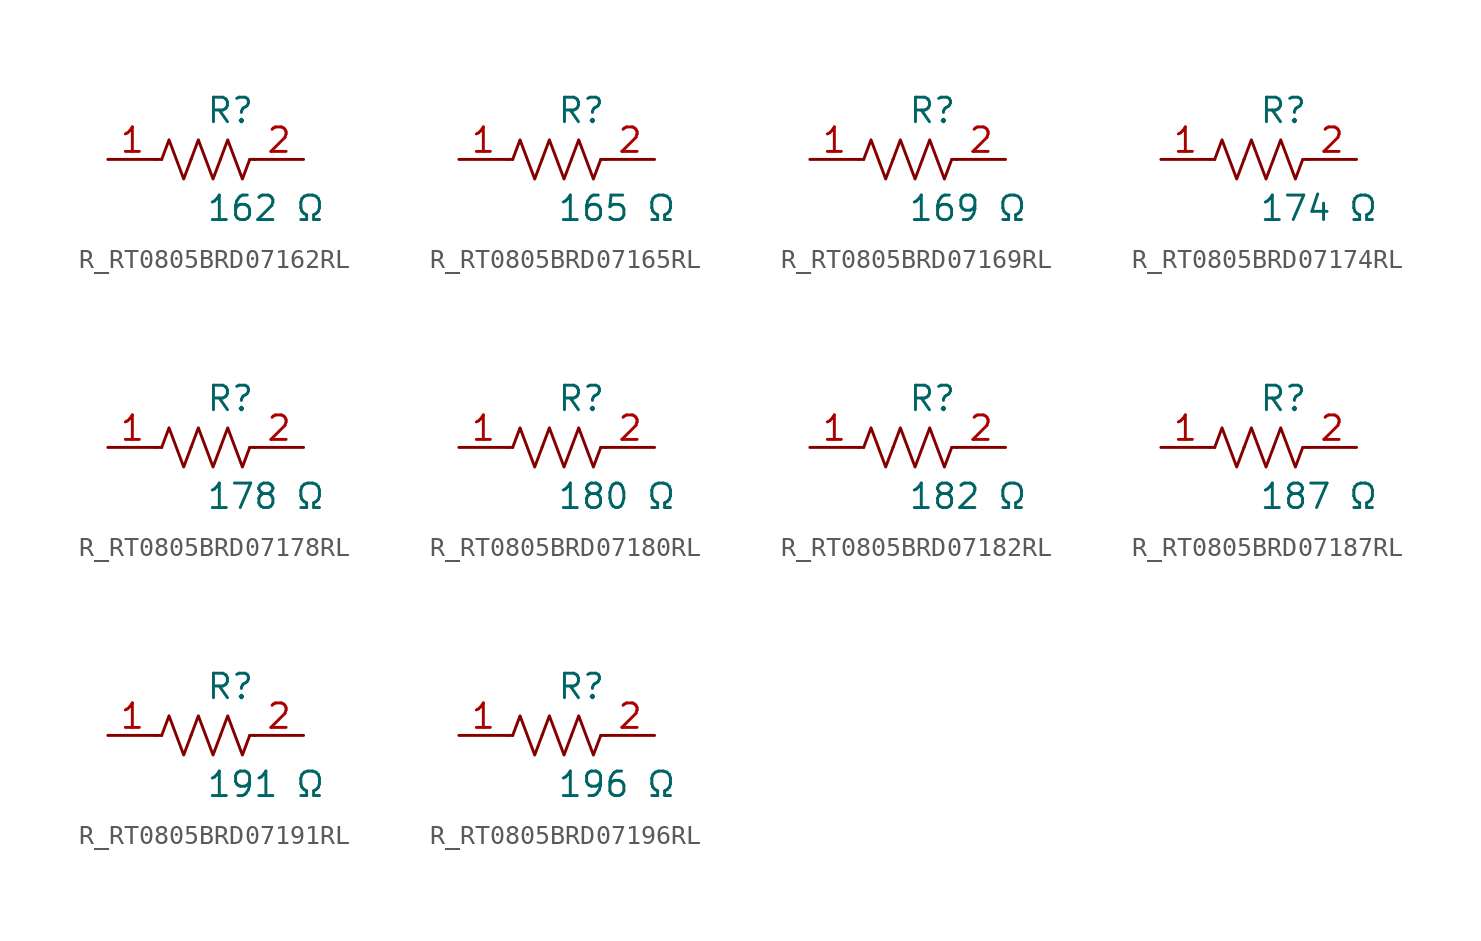
<source format=kicad_sym>
(kicad_symbol_lib
  (version 20231120)
  (generator kicad_symbol_editor)
  (generator_version 8.0)
  (symbol "R_RT0805BRD07162RL"
    (pin_names
      (offset 0.254))
    (property "Reference" "R"
      (at 0.0 2.54 0)
      (effects (font (size 1.27 1.27)) (justify left)))
    (property "Value" "162 Ω"
      (at 0.0 -2.54 0)
      (effects (font (size 1.27 1.27)) (justify left)))
    (symbol "R_RT0805BRD07162RL_0_1"
      (polyline (pts (xy 2.286 0) (xy 2.54 0)) (stroke (width 0) (type default)) (fill (type none)))
      (polyline (pts (xy -2.286 0) (xy -2.54 0)) (stroke (width 0) (type default)) (fill (type none)))
      (polyline (pts (xy 0.762 0) (xy 1.143 1.016) (xy 1.524 0) (xy 1.905 -1.016) (xy 2.286 0)) (stroke (width 0) (type default)) (fill (type none)))
      (polyline (pts (xy -0.762 0) (xy -0.381 1.016) (xy 0 0) (xy 0.381 -1.016) (xy 0.762 0)) (stroke (width 0) (type default)) (fill (type none)))
      (polyline (pts (xy -2.286 0) (xy -1.905 1.016) (xy -1.524 0) (xy -1.143 -1.016) (xy -0.762 0)) (stroke (width 0) (type default)) (fill (type none))))
    (pin unspecified line
      (at -5.08 0 0)
      (length 2.54)
      (name "" (effects (font (size 1.27 1.27))))
      (number "1" (effects (font (size 1.27 1.27)))))
    (pin unspecified line
      (at 5.08 0 180)
      (length 2.54)
      (name "" (effects (font (size 1.27 1.27))))
      (number "2" (effects (font (size 1.27 1.27))))))
  (symbol "R_RT0805BRD07165RL"
    (pin_names
      (offset 0.254))
    (property "Reference" "R"
      (at 0.0 2.54 0)
      (effects (font (size 1.27 1.27)) (justify left)))
    (property "Value" "165 Ω"
      (at 0.0 -2.54 0)
      (effects (font (size 1.27 1.27)) (justify left)))
    (symbol "R_RT0805BRD07165RL_0_1"
      (polyline (pts (xy 2.286 0) (xy 2.54 0)) (stroke (width 0) (type default)) (fill (type none)))
      (polyline (pts (xy -2.286 0) (xy -2.54 0)) (stroke (width 0) (type default)) (fill (type none)))
      (polyline (pts (xy 0.762 0) (xy 1.143 1.016) (xy 1.524 0) (xy 1.905 -1.016) (xy 2.286 0)) (stroke (width 0) (type default)) (fill (type none)))
      (polyline (pts (xy -0.762 0) (xy -0.381 1.016) (xy 0 0) (xy 0.381 -1.016) (xy 0.762 0)) (stroke (width 0) (type default)) (fill (type none)))
      (polyline (pts (xy -2.286 0) (xy -1.905 1.016) (xy -1.524 0) (xy -1.143 -1.016) (xy -0.762 0)) (stroke (width 0) (type default)) (fill (type none))))
    (pin unspecified line
      (at -5.08 0 0)
      (length 2.54)
      (name "" (effects (font (size 1.27 1.27))))
      (number "1" (effects (font (size 1.27 1.27)))))
    (pin unspecified line
      (at 5.08 0 180)
      (length 2.54)
      (name "" (effects (font (size 1.27 1.27))))
      (number "2" (effects (font (size 1.27 1.27))))))
  (symbol "R_RT0805BRD07169RL"
    (pin_names
      (offset 0.254))
    (property "Reference" "R"
      (at 0.0 2.54 0)
      (effects (font (size 1.27 1.27)) (justify left)))
    (property "Value" "169 Ω"
      (at 0.0 -2.54 0)
      (effects (font (size 1.27 1.27)) (justify left)))
    (symbol "R_RT0805BRD07169RL_0_1"
      (polyline (pts (xy 2.286 0) (xy 2.54 0)) (stroke (width 0) (type default)) (fill (type none)))
      (polyline (pts (xy -2.286 0) (xy -2.54 0)) (stroke (width 0) (type default)) (fill (type none)))
      (polyline (pts (xy 0.762 0) (xy 1.143 1.016) (xy 1.524 0) (xy 1.905 -1.016) (xy 2.286 0)) (stroke (width 0) (type default)) (fill (type none)))
      (polyline (pts (xy -0.762 0) (xy -0.381 1.016) (xy 0 0) (xy 0.381 -1.016) (xy 0.762 0)) (stroke (width 0) (type default)) (fill (type none)))
      (polyline (pts (xy -2.286 0) (xy -1.905 1.016) (xy -1.524 0) (xy -1.143 -1.016) (xy -0.762 0)) (stroke (width 0) (type default)) (fill (type none))))
    (pin unspecified line
      (at -5.08 0 0)
      (length 2.54)
      (name "" (effects (font (size 1.27 1.27))))
      (number "1" (effects (font (size 1.27 1.27)))))
    (pin unspecified line
      (at 5.08 0 180)
      (length 2.54)
      (name "" (effects (font (size 1.27 1.27))))
      (number "2" (effects (font (size 1.27 1.27))))))
  (symbol "R_RT0805BRD07174RL"
    (pin_names
      (offset 0.254))
    (property "Reference" "R"
      (at 0.0 2.54 0)
      (effects (font (size 1.27 1.27)) (justify left)))
    (property "Value" "174 Ω"
      (at 0.0 -2.54 0)
      (effects (font (size 1.27 1.27)) (justify left)))
    (symbol "R_RT0805BRD07174RL_0_1"
      (polyline (pts (xy 2.286 0) (xy 2.54 0)) (stroke (width 0) (type default)) (fill (type none)))
      (polyline (pts (xy -2.286 0) (xy -2.54 0)) (stroke (width 0) (type default)) (fill (type none)))
      (polyline (pts (xy 0.762 0) (xy 1.143 1.016) (xy 1.524 0) (xy 1.905 -1.016) (xy 2.286 0)) (stroke (width 0) (type default)) (fill (type none)))
      (polyline (pts (xy -0.762 0) (xy -0.381 1.016) (xy 0 0) (xy 0.381 -1.016) (xy 0.762 0)) (stroke (width 0) (type default)) (fill (type none)))
      (polyline (pts (xy -2.286 0) (xy -1.905 1.016) (xy -1.524 0) (xy -1.143 -1.016) (xy -0.762 0)) (stroke (width 0) (type default)) (fill (type none))))
    (pin unspecified line
      (at -5.08 0 0)
      (length 2.54)
      (name "" (effects (font (size 1.27 1.27))))
      (number "1" (effects (font (size 1.27 1.27)))))
    (pin unspecified line
      (at 5.08 0 180)
      (length 2.54)
      (name "" (effects (font (size 1.27 1.27))))
      (number "2" (effects (font (size 1.27 1.27))))))
  (symbol "R_RT0805BRD07178RL"
    (pin_names
      (offset 0.254))
    (property "Reference" "R"
      (at 0.0 2.54 0)
      (effects (font (size 1.27 1.27)) (justify left)))
    (property "Value" "178 Ω"
      (at 0.0 -2.54 0)
      (effects (font (size 1.27 1.27)) (justify left)))
    (symbol "R_RT0805BRD07178RL_0_1"
      (polyline (pts (xy 2.286 0) (xy 2.54 0)) (stroke (width 0) (type default)) (fill (type none)))
      (polyline (pts (xy -2.286 0) (xy -2.54 0)) (stroke (width 0) (type default)) (fill (type none)))
      (polyline (pts (xy 0.762 0) (xy 1.143 1.016) (xy 1.524 0) (xy 1.905 -1.016) (xy 2.286 0)) (stroke (width 0) (type default)) (fill (type none)))
      (polyline (pts (xy -0.762 0) (xy -0.381 1.016) (xy 0 0) (xy 0.381 -1.016) (xy 0.762 0)) (stroke (width 0) (type default)) (fill (type none)))
      (polyline (pts (xy -2.286 0) (xy -1.905 1.016) (xy -1.524 0) (xy -1.143 -1.016) (xy -0.762 0)) (stroke (width 0) (type default)) (fill (type none))))
    (pin unspecified line
      (at -5.08 0 0)
      (length 2.54)
      (name "" (effects (font (size 1.27 1.27))))
      (number "1" (effects (font (size 1.27 1.27)))))
    (pin unspecified line
      (at 5.08 0 180)
      (length 2.54)
      (name "" (effects (font (size 1.27 1.27))))
      (number "2" (effects (font (size 1.27 1.27))))))
  (symbol "R_RT0805BRD07180RL"
    (pin_names
      (offset 0.254))
    (property "Reference" "R"
      (at 0.0 2.54 0)
      (effects (font (size 1.27 1.27)) (justify left)))
    (property "Value" "180 Ω"
      (at 0.0 -2.54 0)
      (effects (font (size 1.27 1.27)) (justify left)))
    (symbol "R_RT0805BRD07180RL_0_1"
      (polyline (pts (xy 2.286 0) (xy 2.54 0)) (stroke (width 0) (type default)) (fill (type none)))
      (polyline (pts (xy -2.286 0) (xy -2.54 0)) (stroke (width 0) (type default)) (fill (type none)))
      (polyline (pts (xy 0.762 0) (xy 1.143 1.016) (xy 1.524 0) (xy 1.905 -1.016) (xy 2.286 0)) (stroke (width 0) (type default)) (fill (type none)))
      (polyline (pts (xy -0.762 0) (xy -0.381 1.016) (xy 0 0) (xy 0.381 -1.016) (xy 0.762 0)) (stroke (width 0) (type default)) (fill (type none)))
      (polyline (pts (xy -2.286 0) (xy -1.905 1.016) (xy -1.524 0) (xy -1.143 -1.016) (xy -0.762 0)) (stroke (width 0) (type default)) (fill (type none))))
    (pin unspecified line
      (at -5.08 0 0)
      (length 2.54)
      (name "" (effects (font (size 1.27 1.27))))
      (number "1" (effects (font (size 1.27 1.27)))))
    (pin unspecified line
      (at 5.08 0 180)
      (length 2.54)
      (name "" (effects (font (size 1.27 1.27))))
      (number "2" (effects (font (size 1.27 1.27))))))
  (symbol "R_RT0805BRD07182RL"
    (pin_names
      (offset 0.254))
    (property "Reference" "R"
      (at 0.0 2.54 0)
      (effects (font (size 1.27 1.27)) (justify left)))
    (property "Value" "182 Ω"
      (at 0.0 -2.54 0)
      (effects (font (size 1.27 1.27)) (justify left)))
    (symbol "R_RT0805BRD07182RL_0_1"
      (polyline (pts (xy 2.286 0) (xy 2.54 0)) (stroke (width 0) (type default)) (fill (type none)))
      (polyline (pts (xy -2.286 0) (xy -2.54 0)) (stroke (width 0) (type default)) (fill (type none)))
      (polyline (pts (xy 0.762 0) (xy 1.143 1.016) (xy 1.524 0) (xy 1.905 -1.016) (xy 2.286 0)) (stroke (width 0) (type default)) (fill (type none)))
      (polyline (pts (xy -0.762 0) (xy -0.381 1.016) (xy 0 0) (xy 0.381 -1.016) (xy 0.762 0)) (stroke (width 0) (type default)) (fill (type none)))
      (polyline (pts (xy -2.286 0) (xy -1.905 1.016) (xy -1.524 0) (xy -1.143 -1.016) (xy -0.762 0)) (stroke (width 0) (type default)) (fill (type none))))
    (pin unspecified line
      (at -5.08 0 0)
      (length 2.54)
      (name "" (effects (font (size 1.27 1.27))))
      (number "1" (effects (font (size 1.27 1.27)))))
    (pin unspecified line
      (at 5.08 0 180)
      (length 2.54)
      (name "" (effects (font (size 1.27 1.27))))
      (number "2" (effects (font (size 1.27 1.27))))))
  (symbol "R_RT0805BRD07187RL"
    (pin_names
      (offset 0.254))
    (property "Reference" "R"
      (at 0.0 2.54 0)
      (effects (font (size 1.27 1.27)) (justify left)))
    (property "Value" "187 Ω"
      (at 0.0 -2.54 0)
      (effects (font (size 1.27 1.27)) (justify left)))
    (symbol "R_RT0805BRD07187RL_0_1"
      (polyline (pts (xy 2.286 0) (xy 2.54 0)) (stroke (width 0) (type default)) (fill (type none)))
      (polyline (pts (xy -2.286 0) (xy -2.54 0)) (stroke (width 0) (type default)) (fill (type none)))
      (polyline (pts (xy 0.762 0) (xy 1.143 1.016) (xy 1.524 0) (xy 1.905 -1.016) (xy 2.286 0)) (stroke (width 0) (type default)) (fill (type none)))
      (polyline (pts (xy -0.762 0) (xy -0.381 1.016) (xy 0 0) (xy 0.381 -1.016) (xy 0.762 0)) (stroke (width 0) (type default)) (fill (type none)))
      (polyline (pts (xy -2.286 0) (xy -1.905 1.016) (xy -1.524 0) (xy -1.143 -1.016) (xy -0.762 0)) (stroke (width 0) (type default)) (fill (type none))))
    (pin unspecified line
      (at -5.08 0 0)
      (length 2.54)
      (name "" (effects (font (size 1.27 1.27))))
      (number "1" (effects (font (size 1.27 1.27)))))
    (pin unspecified line
      (at 5.08 0 180)
      (length 2.54)
      (name "" (effects (font (size 1.27 1.27))))
      (number "2" (effects (font (size 1.27 1.27))))))
  (symbol "R_RT0805BRD07191RL"
    (pin_names
      (offset 0.254))
    (property "Reference" "R"
      (at 0.0 2.54 0)
      (effects (font (size 1.27 1.27)) (justify left)))
    (property "Value" "191 Ω"
      (at 0.0 -2.54 0)
      (effects (font (size 1.27 1.27)) (justify left)))
    (symbol "R_RT0805BRD07191RL_0_1"
      (polyline (pts (xy 2.286 0) (xy 2.54 0)) (stroke (width 0) (type default)) (fill (type none)))
      (polyline (pts (xy -2.286 0) (xy -2.54 0)) (stroke (width 0) (type default)) (fill (type none)))
      (polyline (pts (xy 0.762 0) (xy 1.143 1.016) (xy 1.524 0) (xy 1.905 -1.016) (xy 2.286 0)) (stroke (width 0) (type default)) (fill (type none)))
      (polyline (pts (xy -0.762 0) (xy -0.381 1.016) (xy 0 0) (xy 0.381 -1.016) (xy 0.762 0)) (stroke (width 0) (type default)) (fill (type none)))
      (polyline (pts (xy -2.286 0) (xy -1.905 1.016) (xy -1.524 0) (xy -1.143 -1.016) (xy -0.762 0)) (stroke (width 0) (type default)) (fill (type none))))
    (pin unspecified line
      (at -5.08 0 0)
      (length 2.54)
      (name "" (effects (font (size 1.27 1.27))))
      (number "1" (effects (font (size 1.27 1.27)))))
    (pin unspecified line
      (at 5.08 0 180)
      (length 2.54)
      (name "" (effects (font (size 1.27 1.27))))
      (number "2" (effects (font (size 1.27 1.27))))))
  (symbol "R_RT0805BRD07196RL"
    (pin_names
      (offset 0.254))
    (property "Reference" "R"
      (at 0.0 2.54 0)
      (effects (font (size 1.27 1.27)) (justify left)))
    (property "Value" "196 Ω"
      (at 0.0 -2.54 0)
      (effects (font (size 1.27 1.27)) (justify left)))
    (symbol "R_RT0805BRD07196RL_0_1"
      (polyline (pts (xy 2.286 0) (xy 2.54 0)) (stroke (width 0) (type default)) (fill (type none)))
      (polyline (pts (xy -2.286 0) (xy -2.54 0)) (stroke (width 0) (type default)) (fill (type none)))
      (polyline (pts (xy 0.762 0) (xy 1.143 1.016) (xy 1.524 0) (xy 1.905 -1.016) (xy 2.286 0)) (stroke (width 0) (type default)) (fill (type none)))
      (polyline (pts (xy -0.762 0) (xy -0.381 1.016) (xy 0 0) (xy 0.381 -1.016) (xy 0.762 0)) (stroke (width 0) (type default)) (fill (type none)))
      (polyline (pts (xy -2.286 0) (xy -1.905 1.016) (xy -1.524 0) (xy -1.143 -1.016) (xy -0.762 0)) (stroke (width 0) (type default)) (fill (type none))))
    (pin unspecified line
      (at -5.08 0 0)
      (length 2.54)
      (name "" (effects (font (size 1.27 1.27))))
      (number "1" (effects (font (size 1.27 1.27)))))
    (pin unspecified line
      (at 5.08 0 180)
      (length 2.54)
      (name "" (effects (font (size 1.27 1.27))))
      (number "2" (effects (font (size 1.27 1.27)))))))
</source>
